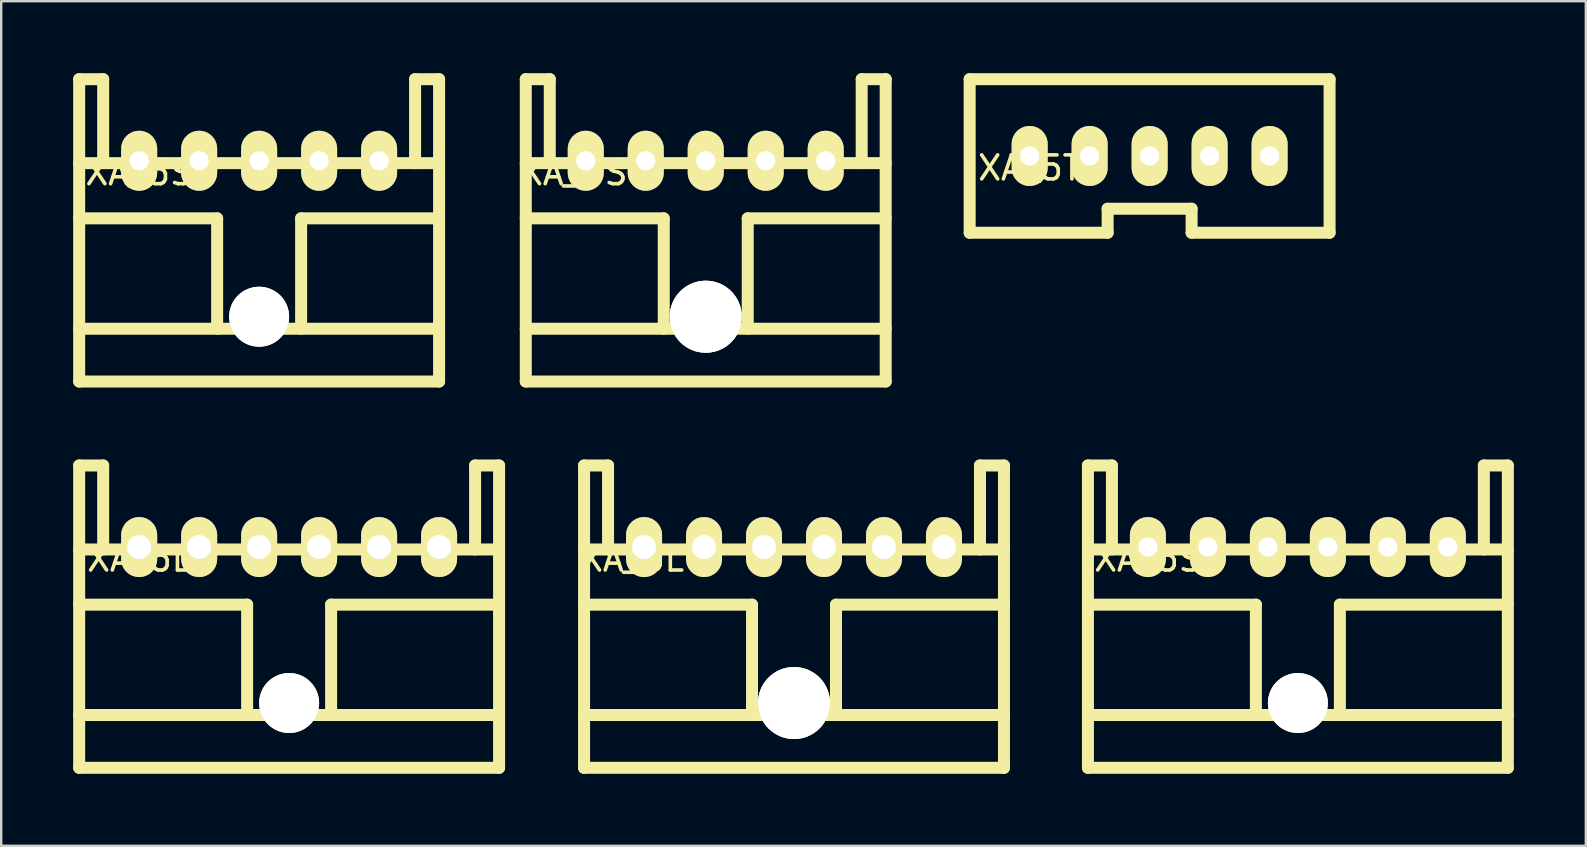
<source format=kicad_pcb>
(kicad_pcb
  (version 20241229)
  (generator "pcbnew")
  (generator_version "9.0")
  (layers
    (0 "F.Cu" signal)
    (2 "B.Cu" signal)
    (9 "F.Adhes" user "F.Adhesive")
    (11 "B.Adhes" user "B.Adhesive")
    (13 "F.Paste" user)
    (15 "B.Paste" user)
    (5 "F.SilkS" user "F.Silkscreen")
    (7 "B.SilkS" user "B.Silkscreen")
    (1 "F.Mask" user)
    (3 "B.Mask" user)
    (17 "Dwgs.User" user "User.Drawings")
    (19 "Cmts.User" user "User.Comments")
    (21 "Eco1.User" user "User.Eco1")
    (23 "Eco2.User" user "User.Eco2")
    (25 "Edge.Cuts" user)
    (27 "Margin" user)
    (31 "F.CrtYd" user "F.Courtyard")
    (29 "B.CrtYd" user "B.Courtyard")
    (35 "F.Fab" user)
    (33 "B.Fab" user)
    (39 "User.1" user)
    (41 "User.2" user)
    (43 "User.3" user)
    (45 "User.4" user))
  (footprint "XA_5T"
    (layer "F.Cu")
    (at 39.863 3.45)
    (property "Reference" "XA_5T" (at 0 0.5 0) (layer "F.SilkS") (effects (font (size 1 1) (thickness 0.15))))
    (attr through_hole)
    (fp_line (start -2.5 -3.2) (end -2.5 3.2) (stroke (width 0.5) (type solid)) (layer "F.SilkS"))
    (fp_line (start -2.5 -3.2) (end 12.5 -3.2) (stroke (width 0.5) (type solid)) (layer "F.SilkS"))
    (fp_line (start -2.5 3.2) (end 3.25 3.2) (stroke (width 0.5) (type solid)) (layer "F.SilkS"))
    (fp_line (start 3.25 2.2) (end 6.75 2.2) (stroke (width 0.5) (type solid)) (layer "F.SilkS"))
    (fp_line (start 3.25 3.2) (end 3.25 2.2) (stroke (width 0.5) (type solid)) (layer "F.SilkS"))
    (fp_line (start 6.75 2.2) (end 6.75 3.2) (stroke (width 0.5) (type solid)) (layer "F.SilkS"))
    (fp_line (start 6.75 3.2) (end 12.5 3.2) (stroke (width 0.5) (type solid)) (layer "F.SilkS"))
    (fp_line (start 12.5 -3.2) (end 12.5 3.2) (stroke (width 0.5) (type solid)) (layer "F.SilkS"))
    (pad "1" thru_hole oval (at 10 0) (size 1.5 2.5) (drill 0.8) (layers "*.Cu" "*.Mask" "F.SilkS"))
    (pad "2" thru_hole oval (at 7.5 0) (size 1.5 2.5) (drill 0.8) (layers "*.Cu" "*.Mask" "F.SilkS"))
    (pad "3" thru_hole oval (at 5 0) (size 1.5 2.5) (drill 0.8) (layers "*.Cu" "*.Mask" "F.SilkS"))
    (pad "4" thru_hole oval (at 2.5 0) (size 1.5 2.5) (drill 0.8) (layers "*.Cu" "*.Mask" "F.SilkS"))
    (pad "5" thru_hole oval (at 0 0) (size 1.5 2.5) (drill 0.8) (layers "*.Cu" "*.Mask" "F.SilkS")))
  (footprint "XA_6L"
    (layer "F.Cu")
    (at 2.75 19.75)
    (property "Reference" "XA_6L" (at 0 0.5 0) (layer "F.SilkS") (effects (font (size 1 1) (thickness 0.15))))
    (attr through_hole)
    (fp_line (start -2.5 -3.4) (end -2.5 9.2) (stroke (width 0.5) (type solid)) (layer "F.SilkS"))
    (fp_line (start -2.5 -3.4) (end -1.5 -3.4) (stroke (width 0.5) (type solid)) (layer "F.SilkS"))
    (fp_line (start -2.5 7) (end 15 7) (stroke (width 0.5) (type solid)) (layer "F.SilkS"))
    (fp_line (start -1.5 -3.4) (end -1.5 0.1) (stroke (width 0.5) (type solid)) (layer "F.SilkS"))
    (fp_line (start 4.5 2.4) (end -2.5 2.4) (stroke (width 0.5) (type solid)) (layer "F.SilkS"))
    (fp_line (start 4.5 2.4) (end 4.5 7) (stroke (width 0.5) (type solid)) (layer "F.SilkS"))
    (fp_line (start 8 2.4) (end 8 7) (stroke (width 0.5) (type solid)) (layer "F.SilkS"))
    (fp_line (start 8 2.4) (end 15 2.4) (stroke (width 0.5) (type solid)) (layer "F.SilkS"))
    (fp_line (start 14 -3.4) (end 14 0.1) (stroke (width 0.5) (type solid)) (layer "F.SilkS"))
    (fp_line (start 15 -3.4) (end 14 -3.4) (stroke (width 0.5) (type solid)) (layer "F.SilkS"))
    (fp_line (start 15 -3.4) (end 15 9.2) (stroke (width 0.5) (type solid)) (layer "F.SilkS"))
    (fp_line (start 15 0.1) (end -2.5 0.1) (stroke (width 0.5) (type solid)) (layer "F.SilkS"))
    (fp_line (start 15 9.2) (end -2.5 9.2) (stroke (width 0.5) (type solid)) (layer "F.SilkS"))
    (pad "" np_thru_hole circle (at 6.25 6.5) (size 2.5 2.5) (drill 2.5) (layers "*.Cu" "*.Mask" "F.SilkS"))
    (pad "1" thru_hole oval (at 0 0) (size 1.5 2.5) (drill 1) (layers "*.Cu" "*.Mask" "F.SilkS"))
    (pad "2" thru_hole oval (at 2.5 0) (size 1.5 2.5) (drill 1) (layers "*.Cu" "*.Mask" "F.SilkS"))
    (pad "3" thru_hole oval (at 5 0) (size 1.5 2.5) (drill 1) (layers "*.Cu" "*.Mask" "F.SilkS"))
    (pad "4" thru_hole oval (at 7.5 0) (size 1.5 2.5) (drill 1) (layers "*.Cu" "*.Mask" "F.SilkS"))
    (pad "5" thru_hole oval (at 10 0) (size 1.5 2.5) (drill 1) (layers "*.Cu" "*.Mask" "F.SilkS"))
    (pad "6" thru_hole oval (at 12.5 0) (size 1.5 2.5) (drill 1) (layers "*.Cu" "*.Mask" "F.SilkS")))
  (footprint "XA_6S"
    (layer "F.Cu")
    (at 44.792 19.75)
    (property "Reference" "XA_6S" (at 0 0.5 0) (layer "F.SilkS") (effects (font (size 1 1) (thickness 0.15))))
    (attr through_hole)
    (fp_line (start -2.5 -3.4) (end -2.5 9.2) (stroke (width 0.5) (type solid)) (layer "F.SilkS"))
    (fp_line (start -2.5 -3.4) (end -1.5 -3.4) (stroke (width 0.5) (type solid)) (layer "F.SilkS"))
    (fp_line (start -2.5 7) (end 15 7) (stroke (width 0.5) (type solid)) (layer "F.SilkS"))
    (fp_line (start -1.5 -3.4) (end -1.5 0.1) (stroke (width 0.5) (type solid)) (layer "F.SilkS"))
    (fp_line (start 4.5 2.4) (end -2.5 2.4) (stroke (width 0.5) (type solid)) (layer "F.SilkS"))
    (fp_line (start 4.5 2.4) (end 4.5 7) (stroke (width 0.5) (type solid)) (layer "F.SilkS"))
    (fp_line (start 8 2.4) (end 8 7) (stroke (width 0.5) (type solid)) (layer "F.SilkS"))
    (fp_line (start 8 2.4) (end 15 2.4) (stroke (width 0.5) (type solid)) (layer "F.SilkS"))
    (fp_line (start 14 -3.4) (end 14 0.1) (stroke (width 0.5) (type solid)) (layer "F.SilkS"))
    (fp_line (start 15 -3.4) (end 14 -3.4) (stroke (width 0.5) (type solid)) (layer "F.SilkS"))
    (fp_line (start 15 -3.4) (end 15 9.2) (stroke (width 0.5) (type solid)) (layer "F.SilkS"))
    (fp_line (start 15 0.1) (end -2.5 0.1) (stroke (width 0.5) (type solid)) (layer "F.SilkS"))
    (fp_line (start 15 9.2) (end -2.5 9.2) (stroke (width 0.5) (type solid)) (layer "F.SilkS"))
    (pad "" np_thru_hole circle (at 6.25 6.5) (size 2.5 2.5) (drill 2.5) (layers "*.Cu" "*.Mask" "F.SilkS"))
    (pad "1" thru_hole oval (at 0 0) (size 1.5 2.5) (drill 0.8) (layers "*.Cu" "*.Mask" "F.SilkS"))
    (pad "2" thru_hole oval (at 2.5 0) (size 1.5 2.5) (drill 0.8) (layers "*.Cu" "*.Mask" "F.SilkS"))
    (pad "3" thru_hole oval (at 5 0) (size 1.5 2.5) (drill 0.8) (layers "*.Cu" "*.Mask" "F.SilkS"))
    (pad "4" thru_hole oval (at 7.5 0) (size 1.5 2.5) (drill 0.8) (layers "*.Cu" "*.Mask" "F.SilkS"))
    (pad "5" thru_hole oval (at 10 0) (size 1.5 2.5) (drill 0.8) (layers "*.Cu" "*.Mask" "F.SilkS"))
    (pad "6" thru_hole oval (at 12.5 0) (size 1.5 2.5) (drill 0.8) (layers "*.Cu" "*.Mask" "F.SilkS")))
  (footprint "XA_5SC"
    (layer "F.Cu")
    (at 21.363 3.65)
    (property "Reference" "XA_5SC" (at 0 0.5 0) (layer "F.SilkS") (effects (font (size 1 1) (thickness 0.15))))
    (attr through_hole)
    (fp_line (start -2.5 -3.4) (end -2.5 9.2) (stroke (width 0.5) (type solid)) (layer "F.SilkS"))
    (fp_line (start -2.5 -3.4) (end -1.5 -3.4) (stroke (width 0.5) (type solid)) (layer "F.SilkS"))
    (fp_line (start -2.5 0.1) (end 12.5 0.1) (stroke (width 0.5) (type solid)) (layer "F.SilkS"))
    (fp_line (start -2.5 7) (end 12.5 7) (stroke (width 0.5) (type solid)) (layer "F.SilkS"))
    (fp_line (start -1.5 -3.4) (end -1.5 0.1) (stroke (width 0.5) (type solid)) (layer "F.SilkS"))
    (fp_line (start 3.25 2.4) (end -2.5 2.4) (stroke (width 0.5) (type solid)) (layer "F.SilkS"))
    (fp_line (start 3.25 2.4) (end 3.25 7) (stroke (width 0.5) (type solid)) (layer "F.SilkS"))
    (fp_line (start 6.75 2.4) (end 6.75 7) (stroke (width 0.5) (type solid)) (layer "F.SilkS"))
    (fp_line (start 6.75 2.4) (end 12.5 2.4) (stroke (width 0.5) (type solid)) (layer "F.SilkS"))
    (fp_line (start 11.5 -3.4) (end 11.5 0.1) (stroke (width 0.5) (type solid)) (layer "F.SilkS"))
    (fp_line (start 12.5 -3.4) (end 11.5 -3.4) (stroke (width 0.5) (type solid)) (layer "F.SilkS"))
    (fp_line (start 12.5 -3.4) (end 12.5 9.2) (stroke (width 0.5) (type solid)) (layer "F.SilkS"))
    (fp_line (start 12.5 9.2) (end -2.5 9.2) (stroke (width 0.5) (type solid)) (layer "F.SilkS"))
    (pad "" thru_hole circle (at 5 6.5) (size 3 3) (drill 3) (layers "*.Cu" "*.Mask" "F.SilkS"))
    (pad "1" thru_hole oval (at 0 0) (size 1.5 2.5) (drill 0.8) (layers "*.Cu" "*.Mask" "F.SilkS"))
    (pad "2" thru_hole oval (at 2.5 0) (size 1.5 2.5) (drill 0.8) (layers "*.Cu" "*.Mask" "F.SilkS"))
    (pad "3" thru_hole oval (at 5 0) (size 1.5 2.5) (drill 0.8) (layers "*.Cu" "*.Mask" "F.SilkS"))
    (pad "4" thru_hole oval (at 7.5 0) (size 1.5 2.5) (drill 0.8) (layers "*.Cu" "*.Mask" "F.SilkS"))
    (pad "5" thru_hole oval (at 10 0) (size 1.5 2.5) (drill 0.8) (layers "*.Cu" "*.Mask" "F.SilkS")))
  (footprint "XA_6LC"
    (layer "F.Cu")
    (at 23.792 19.75)
    (property "Reference" "XA_6LC" (at 0 0.5 0) (layer "F.SilkS") (effects (font (size 1 1) (thickness 0.15))))
    (attr through_hole)
    (fp_line (start -2.5 -3.4) (end -2.5 9.2) (stroke (width 0.5) (type solid)) (layer "F.SilkS"))
    (fp_line (start -2.5 -3.4) (end -1.5 -3.4) (stroke (width 0.5) (type solid)) (layer "F.SilkS"))
    (fp_line (start -2.5 7) (end 15 7) (stroke (width 0.5) (type solid)) (layer "F.SilkS"))
    (fp_line (start -1.5 -3.4) (end -1.5 0.1) (stroke (width 0.5) (type solid)) (layer "F.SilkS"))
    (fp_line (start 4.5 2.4) (end -2.5 2.4) (stroke (width 0.5) (type solid)) (layer "F.SilkS"))
    (fp_line (start 4.5 2.4) (end 4.5 7) (stroke (width 0.5) (type solid)) (layer "F.SilkS"))
    (fp_line (start 8 2.4) (end 8 7) (stroke (width 0.5) (type solid)) (layer "F.SilkS"))
    (fp_line (start 8 2.4) (end 15 2.4) (stroke (width 0.5) (type solid)) (layer "F.SilkS"))
    (fp_line (start 14 -3.4) (end 14 0.1) (stroke (width 0.5) (type solid)) (layer "F.SilkS"))
    (fp_line (start 15 -3.4) (end 14 -3.4) (stroke (width 0.5) (type solid)) (layer "F.SilkS"))
    (fp_line (start 15 -3.4) (end 15 9.2) (stroke (width 0.5) (type solid)) (layer "F.SilkS"))
    (fp_line (start 15 0.1) (end -2.5 0.1) (stroke (width 0.5) (type solid)) (layer "F.SilkS"))
    (fp_line (start 15 9.2) (end -2.5 9.2) (stroke (width 0.5) (type solid)) (layer "F.SilkS"))
    (pad "" thru_hole circle (at 6.25 6.5) (size 3 3) (drill 3) (layers "*.Cu" "*.Mask" "F.SilkS"))
    (pad "1" thru_hole oval (at 0 0) (size 1.5 2.5) (drill 1) (layers "*.Cu" "*.Mask" "F.SilkS"))
    (pad "2" thru_hole oval (at 2.5 0) (size 1.5 2.5) (drill 1) (layers "*.Cu" "*.Mask" "F.SilkS"))
    (pad "3" thru_hole oval (at 5 0) (size 1.5 2.5) (drill 1) (layers "*.Cu" "*.Mask" "F.SilkS"))
    (pad "4" thru_hole oval (at 7.5 0) (size 1.5 2.5) (drill 1) (layers "*.Cu" "*.Mask" "F.SilkS"))
    (pad "5" thru_hole oval (at 10 0) (size 1.5 2.5) (drill 1) (layers "*.Cu" "*.Mask" "F.SilkS"))
    (pad "6" thru_hole oval (at 12.5 0) (size 1.5 2.5) (drill 1) (layers "*.Cu" "*.Mask" "F.SilkS")))
  (footprint "XA_5S"
    (layer "F.Cu")
    (at 2.75 3.65)
    (property "Reference" "XA_5S" (at 0 0.5 0) (layer "F.SilkS") (effects (font (size 1 1) (thickness 0.15))))
    (attr through_hole)
    (fp_line (start -2.5 -3.4) (end -2.5 9.2) (stroke (width 0.5) (type solid)) (layer "F.SilkS"))
    (fp_line (start -2.5 -3.4) (end -1.5 -3.4) (stroke (width 0.5) (type solid)) (layer "F.SilkS"))
    (fp_line (start -2.5 0.1) (end 12.5 0.1) (stroke (width 0.5) (type solid)) (layer "F.SilkS"))
    (fp_line (start -2.5 7) (end 12.5 7) (stroke (width 0.5) (type solid)) (layer "F.SilkS"))
    (fp_line (start -1.5 -3.4) (end -1.5 0.1) (stroke (width 0.5) (type solid)) (layer "F.SilkS"))
    (fp_line (start 3.25 2.4) (end -2.5 2.4) (stroke (width 0.5) (type solid)) (layer "F.SilkS"))
    (fp_line (start 3.25 2.4) (end 3.25 7) (stroke (width 0.5) (type solid)) (layer "F.SilkS"))
    (fp_line (start 6.75 2.4) (end 6.75 7) (stroke (width 0.5) (type solid)) (layer "F.SilkS"))
    (fp_line (start 6.75 2.4) (end 12.5 2.4) (stroke (width 0.5) (type solid)) (layer "F.SilkS"))
    (fp_line (start 11.5 -3.4) (end 11.5 0.1) (stroke (width 0.5) (type solid)) (layer "F.SilkS"))
    (fp_line (start 12.5 -3.4) (end 11.5 -3.4) (stroke (width 0.5) (type solid)) (layer "F.SilkS"))
    (fp_line (start 12.5 -3.4) (end 12.5 9.2) (stroke (width 0.5) (type solid)) (layer "F.SilkS"))
    (fp_line (start 12.5 9.2) (end -2.5 9.2) (stroke (width 0.5) (type solid)) (layer "F.SilkS"))
    (pad "" np_thru_hole circle (at 5 6.5) (size 2.5 2.5) (drill 2.5) (layers "*.Cu" "*.Mask" "F.SilkS"))
    (pad "1" thru_hole oval (at 0 0) (size 1.5 2.5) (drill 0.8) (layers "*.Cu" "*.Mask" "F.SilkS"))
    (pad "2" thru_hole oval (at 2.5 0) (size 1.5 2.5) (drill 0.8) (layers "*.Cu" "*.Mask" "F.SilkS"))
    (pad "3" thru_hole oval (at 5 0) (size 1.5 2.5) (drill 0.8) (layers "*.Cu" "*.Mask" "F.SilkS"))
    (pad "4" thru_hole oval (at 7.5 0) (size 1.5 2.5) (drill 0.8) (layers "*.Cu" "*.Mask" "F.SilkS"))
    (pad "5" thru_hole oval (at 10 0) (size 1.5 2.5) (drill 0.8) (layers "*.Cu" "*.Mask" "F.SilkS")))
  (gr_rect
    (start -3 -3)
    (end 63.042 32.2)
    (stroke (width 0.1) (type default))
    (fill no)
    (layer "Edge.Cuts")))
</source>
